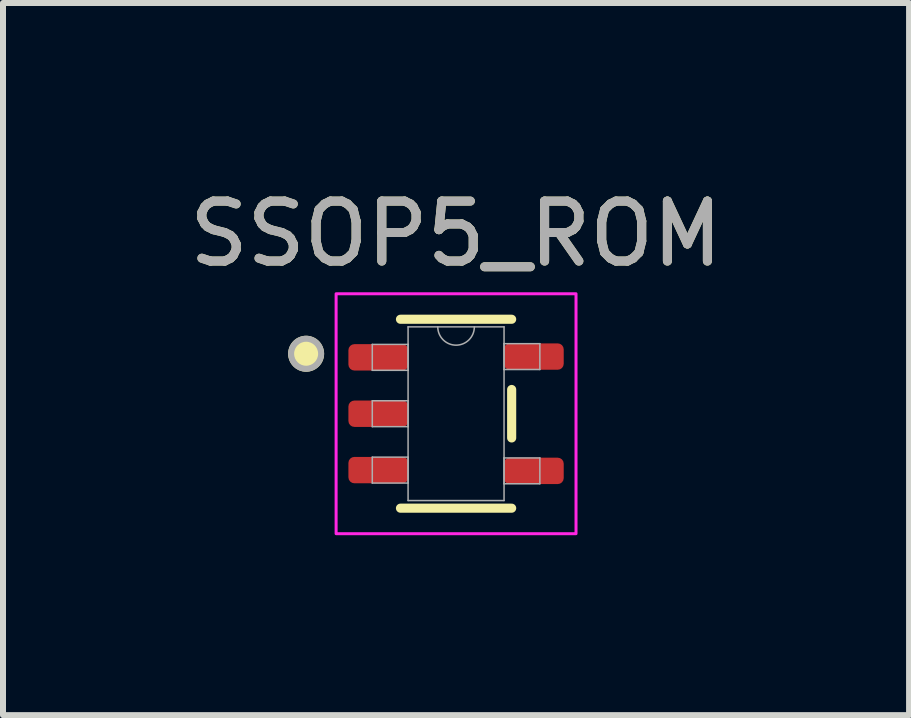
<source format=kicad_pcb>
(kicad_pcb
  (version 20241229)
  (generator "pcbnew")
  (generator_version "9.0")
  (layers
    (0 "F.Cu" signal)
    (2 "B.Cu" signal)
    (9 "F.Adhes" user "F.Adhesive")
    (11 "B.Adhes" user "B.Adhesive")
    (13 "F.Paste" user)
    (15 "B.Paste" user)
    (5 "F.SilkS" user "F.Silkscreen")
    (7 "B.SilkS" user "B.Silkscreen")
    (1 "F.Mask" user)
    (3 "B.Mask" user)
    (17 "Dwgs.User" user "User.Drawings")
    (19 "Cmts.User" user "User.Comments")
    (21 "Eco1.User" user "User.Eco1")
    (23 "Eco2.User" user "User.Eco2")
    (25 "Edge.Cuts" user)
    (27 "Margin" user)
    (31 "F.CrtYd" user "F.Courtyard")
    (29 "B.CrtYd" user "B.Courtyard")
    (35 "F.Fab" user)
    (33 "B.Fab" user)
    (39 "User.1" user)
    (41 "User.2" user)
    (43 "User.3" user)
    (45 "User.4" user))
  (footprint "SSOP5_ROM"
    (layer "F.Cu")
    (at 4.554 3.848)
    (property "Reference" "SSOP5_ROM" (at 0 -3 0) (unlocked yes) (layer "F.SilkS") (effects (font (size 1 1) (thickness 0.15))))
    (attr smd)
    (fp_line (start -0.927 1.575) (end 0.927 1.575) (stroke (width 0.152) (type solid)) (layer "F.SilkS"))
    (fp_line (start 0.927 -1.575) (end -0.927 -1.575) (stroke (width 0.152) (type solid)) (layer "F.SilkS"))
    (fp_line (start 0.927 0.404) (end 0.927 -0.404) (stroke (width 0.152) (type solid)) (layer "F.SilkS"))
    (fp_circle (center -2.5 -1) (end -2.25 -1) (stroke (width 0.1) (type default)) (fill yes) (layer "F.SilkS"))
    (fp_rect (start -2 -2) (end 2 2) (stroke (width 0.05) (type default)) (fill no) (layer "F.CrtYd"))
    (fp_line (start -1.397 -1.156) (end -1.397 -0.724) (stroke (width 0.025) (type solid)) (layer "F.Fab"))
    (fp_line (start -1.397 -0.724) (end -0.8 -0.724) (stroke (width 0.025) (type solid)) (layer "F.Fab"))
    (fp_line (start -1.397 -0.216) (end -1.397 0.216) (stroke (width 0.025) (type solid)) (layer "F.Fab"))
    (fp_line (start -1.397 0.216) (end -0.8 0.216) (stroke (width 0.025) (type solid)) (layer "F.Fab"))
    (fp_line (start -1.397 0.724) (end -1.397 1.156) (stroke (width 0.025) (type solid)) (layer "F.Fab"))
    (fp_line (start -1.397 1.156) (end -0.8 1.156) (stroke (width 0.025) (type solid)) (layer "F.Fab"))
    (fp_line (start -0.8 -1.448) (end -0.8 1.448) (stroke (width 0.025) (type solid)) (layer "F.Fab"))
    (fp_line (start -0.8 -1.156) (end -1.397 -1.156) (stroke (width 0.025) (type solid)) (layer "F.Fab"))
    (fp_line (start -0.8 -0.724) (end -0.8 -1.156) (stroke (width 0.025) (type solid)) (layer "F.Fab"))
    (fp_line (start -0.8 -0.216) (end -1.397 -0.216) (stroke (width 0.025) (type solid)) (layer "F.Fab"))
    (fp_line (start -0.8 0.216) (end -0.8 -0.216) (stroke (width 0.025) (type solid)) (layer "F.Fab"))
    (fp_line (start -0.8 0.724) (end -1.397 0.724) (stroke (width 0.025) (type solid)) (layer "F.Fab"))
    (fp_line (start -0.8 1.156) (end -0.8 0.724) (stroke (width 0.025) (type solid)) (layer "F.Fab"))
    (fp_line (start -0.8 1.448) (end 0.8 1.448) (stroke (width 0.025) (type solid)) (layer "F.Fab"))
    (fp_line (start 0.8 -1.448) (end -0.8 -1.448) (stroke (width 0.025) (type solid)) (layer "F.Fab"))
    (fp_line (start 0.8 -1.168) (end 0.8 -0.737) (stroke (width 0.025) (type solid)) (layer "F.Fab"))
    (fp_line (start 0.8 -0.737) (end 1.397 -0.737) (stroke (width 0.025) (type solid)) (layer "F.Fab"))
    (fp_line (start 0.8 0.737) (end 0.8 1.168) (stroke (width 0.025) (type solid)) (layer "F.Fab"))
    (fp_line (start 0.8 1.168) (end 1.397 1.168) (stroke (width 0.025) (type solid)) (layer "F.Fab"))
    (fp_line (start 0.8 1.448) (end 0.8 -1.448) (stroke (width 0.025) (type solid)) (layer "F.Fab"))
    (fp_line (start 1.397 -1.168) (end 0.8 -1.168) (stroke (width 0.025) (type solid)) (layer "F.Fab"))
    (fp_line (start 1.397 -0.737) (end 1.397 -1.168) (stroke (width 0.025) (type solid)) (layer "F.Fab"))
    (fp_line (start 1.397 0.737) (end 0.8 0.737) (stroke (width 0.025) (type solid)) (layer "F.Fab"))
    (fp_line (start 1.397 1.168) (end 1.397 0.737) (stroke (width 0.025) (type solid)) (layer "F.Fab"))
    (fp_arc (start 0.3048 -1.4478) (mid 0 -1.143) (end -0.3048 -1.4478) (stroke (width 0.0254) (type solid)) (layer "F.Fab"))
    (fp_circle (center -2.5 -1) (end -2.25 -1) (stroke (width 0.1) (type default)) (fill no) (layer "F.Fab"))
    (fp_text user "${REFERENCE}" (at 0 -3 0) (unlocked yes) (layer "F.Fab") (effects (font (size 1 1) (thickness 0.15))))
    (pad "1" smd roundrect (at -1.295 -0.94) (size 1 0.44) (layers "F.Cu" "F.Mask" "F.Paste") (roundrect_rratio 0.227))
    (pad "2" smd roundrect (at -1.295 0) (size 1 0.44) (layers "F.Cu" "F.Mask" "F.Paste") (roundrect_rratio 0.227))
    (pad "3" smd roundrect (at -1.295 0.94) (size 1 0.44) (layers "F.Cu" "F.Mask" "F.Paste") (roundrect_rratio 0.227))
    (pad "4" smd roundrect (at 1.295 0.953) (size 1 0.44) (layers "F.Cu" "F.Mask" "F.Paste") (roundrect_rratio 0.227))
    (pad "5" smd roundrect (at 1.295 -0.953) (size 1 0.44) (layers "F.Cu" "F.Mask" "F.Paste") (roundrect_rratio 0.227)))
  (gr_rect
    (start -3 -3)
    (end 12.107 8.873)
    (stroke (width 0.1) (type default))
    (fill no)
    (layer "Edge.Cuts")))
</source>
